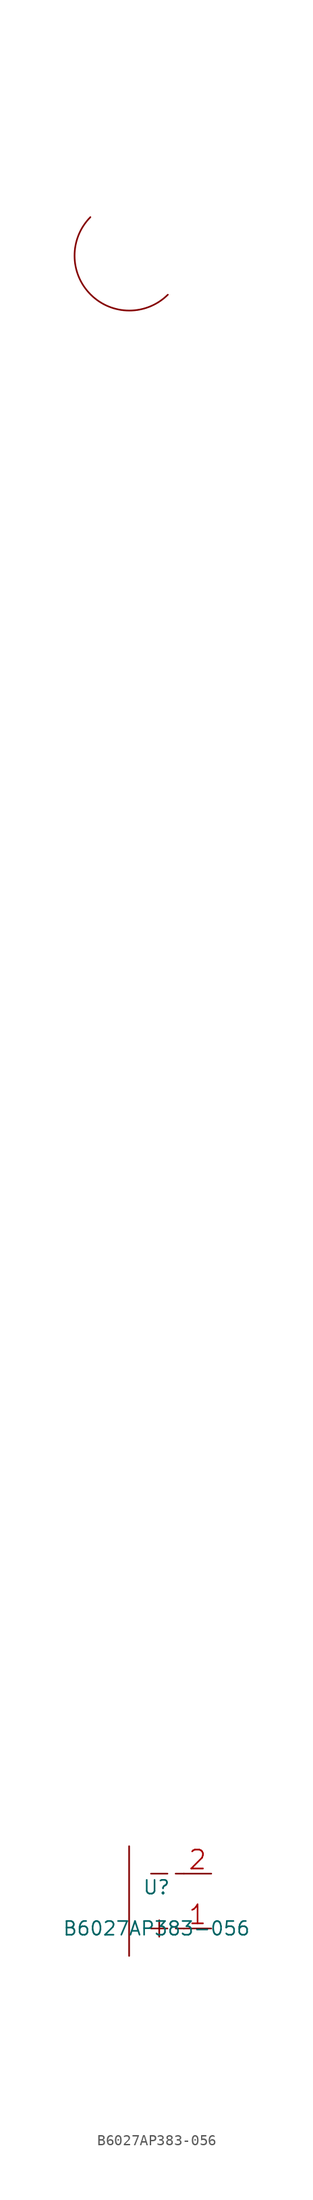
<source format=kicad_sym>
(kicad_symbol_lib
  (version 20210201)
  (generator TousstNicolas/JLC2KiCad_lib)
  (symbol "B6027AP383-056"
    (pin_names hide)
    (property "Reference" "U"
      (at 0 1.27 0)
      (effects (font (size 1.27 1.27))))
    (property "Value" "B6027AP383-056"
      (at 0 -2.54 0)
      (effects (font (size 1.27 1.27))))
    (symbol "B6027AP383-056_0_1"
      (polyline (pts (xy 1.016 2.54) (xy -0.508 2.54)) (stroke (width 0) (type default) (color 0 0 0 0)) (fill (type none)))
      (polyline (pts (xy 0.254 -3.302) (xy 0.254 -1.778)) (stroke (width 0) (type default) (color 0 0 0 0)) (fill (type none)))
      (polyline (pts (xy 1.016 -2.54) (xy -0.508 -2.54)) (stroke (width 0) (type default) (color 0 0 0 0)) (fill (type none)))
      (polyline (pts (xy -2.54 5.08) (xy -2.54 -5.08)) (stroke (width 0) (type default) (color 0 0 0 0)) (fill (type none)))
      (arc (start 1.052104552636767 148.80819516796268) (mid -6.132114712657087 148.80819516796268) (end -6.132114712657087 155.99241443325653) (stroke (width 0) (type default) (color 0 0 0 0)) (fill (type none)))
      (polyline (pts (xy 1.778 -2.54) (xy 2.54 -2.54)) (stroke (width 0) (type default) (color 0 0 0 0)) (fill (type none)))
      (polyline (pts (xy 1.778 2.54) (xy 2.54 2.54)) (stroke (width 0) (type default) (color 0 0 0 0)) (fill (type none)))
      (pin unspecified line (at 5.08 2.54 180) (length 2.54) (name "2" (effects (font (size 1.753 1.753)))) (number "2" (effects (font (size 1.753 1.753)))))
      (pin unspecified line (at 5.08 -2.54 180) (length 2.54) (name "1" (effects (font (size 1.753 1.753)))) (number "1" (effects (font (size 1.753 1.753))))))))
</source>
